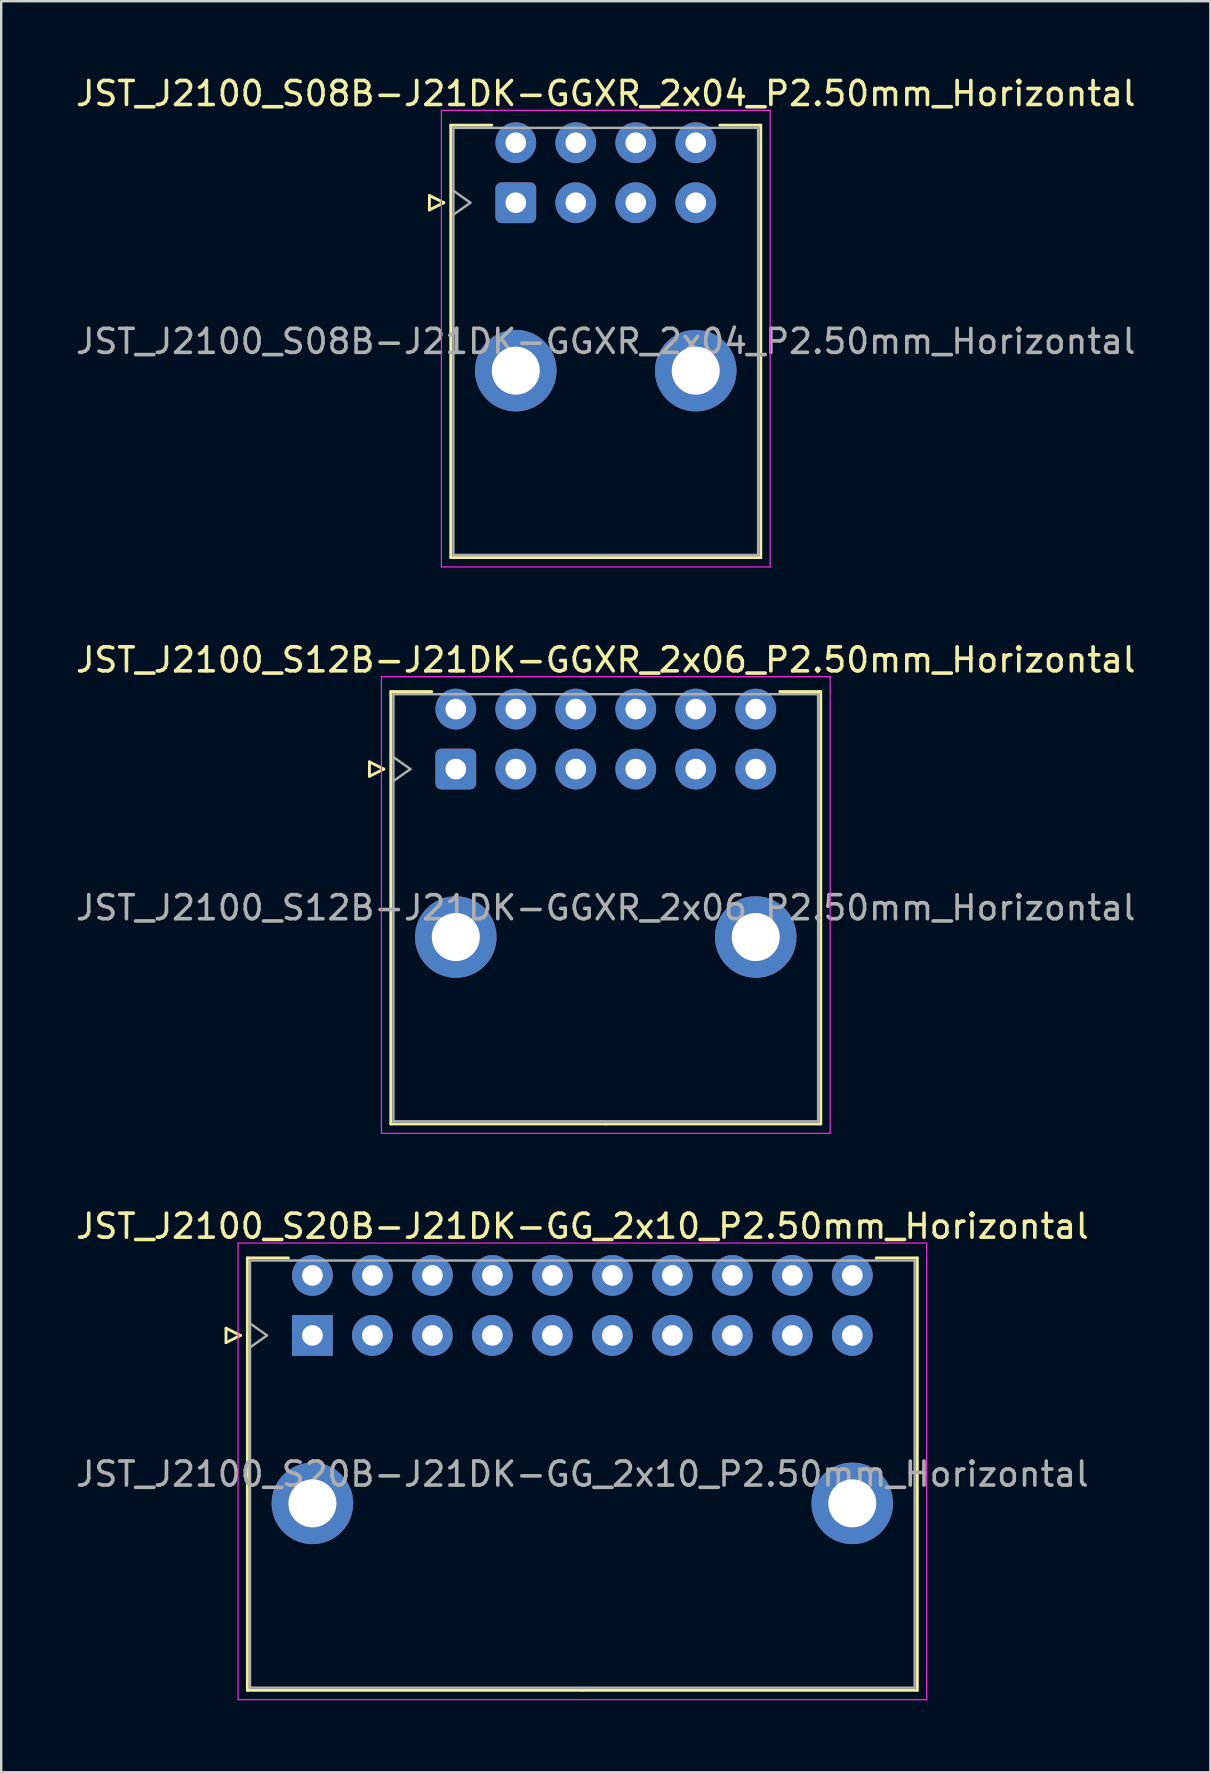
<source format=kicad_pcb>
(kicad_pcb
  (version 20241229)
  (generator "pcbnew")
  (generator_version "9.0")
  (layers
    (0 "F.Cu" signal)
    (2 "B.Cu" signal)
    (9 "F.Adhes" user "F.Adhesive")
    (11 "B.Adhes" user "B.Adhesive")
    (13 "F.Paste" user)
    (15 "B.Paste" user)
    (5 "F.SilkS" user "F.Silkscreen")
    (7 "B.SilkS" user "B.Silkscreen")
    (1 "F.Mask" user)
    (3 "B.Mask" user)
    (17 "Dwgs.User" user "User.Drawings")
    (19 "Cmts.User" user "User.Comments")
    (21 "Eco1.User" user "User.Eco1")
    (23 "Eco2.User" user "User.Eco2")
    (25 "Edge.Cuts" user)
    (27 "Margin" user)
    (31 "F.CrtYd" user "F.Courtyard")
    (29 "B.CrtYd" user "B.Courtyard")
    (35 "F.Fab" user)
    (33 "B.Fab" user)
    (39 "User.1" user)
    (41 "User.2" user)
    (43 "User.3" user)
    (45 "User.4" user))
  (footprint "JST_J2100_S20B-J21DK-GG_2x10_P2.50mm_Horizontal"
    (layer "F.Cu")
    (at 9.97 52.605)
    (property "Reference" "JST_J2100_S20B-J21DK-GG_2x10_P2.50mm_Horizontal" (at 11.25 -4.55 0) (layer "F.SilkS") (effects (font (size 1 1) (thickness 0.15))))
    (attr through_hole)
    (fp_line (start -3.6 -0.3) (end -3 0) (stroke (width 0.12) (type solid)) (layer "F.SilkS"))
    (fp_line (start -3.6 0.3) (end -3.6 -0.3) (stroke (width 0.12) (type solid)) (layer "F.SilkS"))
    (fp_line (start -3 0) (end -3.6 0.3) (stroke (width 0.12) (type solid)) (layer "F.SilkS"))
    (fp_line (start -2.71 -3.23) (end -2.71 14.79) (stroke (width 0.12) (type solid)) (layer "F.SilkS"))
    (fp_line (start -2.71 14.79) (end 11.25 14.79) (stroke (width 0.12) (type solid)) (layer "F.SilkS"))
    (fp_line (start -1 -3.23) (end -2.71 -3.23) (stroke (width 0.12) (type solid)) (layer "F.SilkS"))
    (fp_line (start 23.5 -3.23) (end 25.21 -3.23) (stroke (width 0.12) (type solid)) (layer "F.SilkS"))
    (fp_line (start 25.21 -3.23) (end 25.21 14.79) (stroke (width 0.12) (type solid)) (layer "F.SilkS"))
    (fp_line (start 25.21 14.79) (end 11.25 14.79) (stroke (width 0.12) (type solid)) (layer "F.SilkS"))
    (fp_line (start -3.1 -3.85) (end -3.1 15.18) (stroke (width 0.05) (type solid)) (layer "F.CrtYd"))
    (fp_line (start -3.1 15.18) (end 25.6 15.18) (stroke (width 0.05) (type solid)) (layer "F.CrtYd"))
    (fp_line (start 25.6 -3.85) (end -3.1 -3.85) (stroke (width 0.05) (type solid)) (layer "F.CrtYd"))
    (fp_line (start 25.6 15.18) (end 25.6 -3.85) (stroke (width 0.05) (type solid)) (layer "F.CrtYd"))
    (fp_line (start -2.6 -3.12) (end -2.6 14.68) (stroke (width 0.1) (type solid)) (layer "F.Fab"))
    (fp_line (start -2.6 0.5) (end -1.893 0) (stroke (width 0.1) (type solid)) (layer "F.Fab"))
    (fp_line (start -2.6 14.68) (end 25.1 14.68) (stroke (width 0.1) (type solid)) (layer "F.Fab"))
    (fp_line (start -1.893 0) (end -2.6 -0.5) (stroke (width 0.1) (type solid)) (layer "F.Fab"))
    (fp_line (start 25.1 -3.12) (end -2.6 -3.12) (stroke (width 0.1) (type solid)) (layer "F.Fab"))
    (fp_line (start 25.1 14.68) (end 25.1 -3.12) (stroke (width 0.1) (type solid)) (layer "F.Fab"))
    (fp_text user "${REFERENCE}" (at 11.25 5.78 0) (layer "F.Fab") (effects (font (size 1 1) (thickness 0.15))))
    (pad "" thru_hole circle (at 0 7) (size 3.4 3.4) (drill 2) (layers "*.Cu" "*.Mask"))
    (pad "" thru_hole circle (at 22.5 7) (size 3.4 3.4) (drill 2) (layers "*.Cu" "*.Mask"))
    (pad "a1" thru_hole rect (at 0 0) (size 1.7 1.7) (drill 0.86) (layers "*.Cu" "*.Mask"))
    (pad "a2" thru_hole circle (at 2.5 0) (size 1.7 1.7) (drill 0.86) (layers "*.Cu" "*.Mask"))
    (pad "a3" thru_hole circle (at 5 0) (size 1.7 1.7) (drill 0.86) (layers "*.Cu" "*.Mask"))
    (pad "a4" thru_hole circle (at 7.5 0) (size 1.7 1.7) (drill 0.86) (layers "*.Cu" "*.Mask"))
    (pad "a5" thru_hole circle (at 10 0) (size 1.7 1.7) (drill 0.86) (layers "*.Cu" "*.Mask"))
    (pad "a6" thru_hole circle (at 12.5 0) (size 1.7 1.7) (drill 0.86) (layers "*.Cu" "*.Mask"))
    (pad "a7" thru_hole circle (at 15 0) (size 1.7 1.7) (drill 0.86) (layers "*.Cu" "*.Mask"))
    (pad "a8" thru_hole circle (at 17.5 0) (size 1.7 1.7) (drill 0.86) (layers "*.Cu" "*.Mask"))
    (pad "a9" thru_hole circle (at 20 0) (size 1.7 1.7) (drill 0.86) (layers "*.Cu" "*.Mask"))
    (pad "a10" thru_hole circle (at 22.5 0) (size 1.7 1.7) (drill 0.86) (layers "*.Cu" "*.Mask"))
    (pad "b1" thru_hole circle (at 0 -2.5) (size 1.7 1.7) (drill 0.86) (layers "*.Cu" "*.Mask"))
    (pad "b2" thru_hole circle (at 2.5 -2.5) (size 1.7 1.7) (drill 0.86) (layers "*.Cu" "*.Mask"))
    (pad "b3" thru_hole circle (at 5 -2.5) (size 1.7 1.7) (drill 0.86) (layers "*.Cu" "*.Mask"))
    (pad "b4" thru_hole circle (at 7.5 -2.5) (size 1.7 1.7) (drill 0.86) (layers "*.Cu" "*.Mask"))
    (pad "b5" thru_hole circle (at 10 -2.5) (size 1.7 1.7) (drill 0.86) (layers "*.Cu" "*.Mask"))
    (pad "b6" thru_hole circle (at 12.5 -2.5) (size 1.7 1.7) (drill 0.86) (layers "*.Cu" "*.Mask"))
    (pad "b7" thru_hole circle (at 15 -2.5) (size 1.7 1.7) (drill 0.86) (layers "*.Cu" "*.Mask"))
    (pad "b8" thru_hole circle (at 17.5 -2.5) (size 1.7 1.7) (drill 0.86) (layers "*.Cu" "*.Mask"))
    (pad "b9" thru_hole circle (at 20 -2.5) (size 1.7 1.7) (drill 0.86) (layers "*.Cu" "*.Mask"))
    (pad "b10" thru_hole circle (at 22.5 -2.5) (size 1.7 1.7) (drill 0.86) (layers "*.Cu" "*.Mask")))
  (footprint "JST_J2100_S12B-J21DK-GGXR_2x06_P2.50mm_Horizontal"
    (layer "F.Cu")
    (at 15.946 29.002)
    (property "Reference" "JST_J2100_S12B-J21DK-GGXR_2x06_P2.50mm_Horizontal" (at 6.25 -4.55 0) (layer "F.SilkS") (effects (font (size 1 1) (thickness 0.15))))
    (attr through_hole)
    (fp_line (start -3.6 -0.3) (end -3 0) (stroke (width 0.12) (type solid)) (layer "F.SilkS"))
    (fp_line (start -3.6 0.3) (end -3.6 -0.3) (stroke (width 0.12) (type solid)) (layer "F.SilkS"))
    (fp_line (start -3 0) (end -3.6 0.3) (stroke (width 0.12) (type solid)) (layer "F.SilkS"))
    (fp_line (start -2.71 -3.23) (end -2.71 14.79) (stroke (width 0.12) (type solid)) (layer "F.SilkS"))
    (fp_line (start -2.71 14.79) (end 6.25 14.79) (stroke (width 0.12) (type solid)) (layer "F.SilkS"))
    (fp_line (start -1 -3.23) (end -2.71 -3.23) (stroke (width 0.12) (type solid)) (layer "F.SilkS"))
    (fp_line (start 13.5 -3.23) (end 15.21 -3.23) (stroke (width 0.12) (type solid)) (layer "F.SilkS"))
    (fp_line (start 15.21 -3.23) (end 15.21 14.79) (stroke (width 0.12) (type solid)) (layer "F.SilkS"))
    (fp_line (start 15.21 14.79) (end 6.25 14.79) (stroke (width 0.12) (type solid)) (layer "F.SilkS"))
    (fp_line (start -3.1 -3.85) (end -3.1 15.18) (stroke (width 0.05) (type solid)) (layer "F.CrtYd"))
    (fp_line (start -3.1 15.18) (end 15.6 15.18) (stroke (width 0.05) (type solid)) (layer "F.CrtYd"))
    (fp_line (start 15.6 -3.85) (end -3.1 -3.85) (stroke (width 0.05) (type solid)) (layer "F.CrtYd"))
    (fp_line (start 15.6 15.18) (end 15.6 -3.85) (stroke (width 0.05) (type solid)) (layer "F.CrtYd"))
    (fp_line (start -2.6 -3.12) (end -2.6 14.68) (stroke (width 0.1) (type solid)) (layer "F.Fab"))
    (fp_line (start -2.6 0.5) (end -1.893 0) (stroke (width 0.1) (type solid)) (layer "F.Fab"))
    (fp_line (start -2.6 14.68) (end 15.1 14.68) (stroke (width 0.1) (type solid)) (layer "F.Fab"))
    (fp_line (start -1.893 0) (end -2.6 -0.5) (stroke (width 0.1) (type solid)) (layer "F.Fab"))
    (fp_line (start 15.1 -3.12) (end -2.6 -3.12) (stroke (width 0.1) (type solid)) (layer "F.Fab"))
    (fp_line (start 15.1 14.68) (end 15.1 -3.12) (stroke (width 0.1) (type solid)) (layer "F.Fab"))
    (fp_text user "${REFERENCE}" (at 6.25 5.78 0) (layer "F.Fab") (effects (font (size 1 1) (thickness 0.15))))
    (pad "" thru_hole circle (at 0 7) (size 3.4 3.4) (drill 2) (layers "*.Cu" "*.Mask"))
    (pad "" thru_hole circle (at 12.5 7) (size 3.4 3.4) (drill 2) (layers "*.Cu" "*.Mask"))
    (pad "1" thru_hole roundrect (at 0 0) (size 1.7 1.7) (drill 0.86) (layers "*.Cu" "*.Mask") (roundrect_rratio 0.147))
    (pad "2" thru_hole circle (at 2.5 0) (size 1.7 1.7) (drill 0.86) (layers "*.Cu" "*.Mask"))
    (pad "3" thru_hole circle (at 5 0) (size 1.7 1.7) (drill 0.86) (layers "*.Cu" "*.Mask"))
    (pad "4" thru_hole circle (at 7.5 0) (size 1.7 1.7) (drill 0.86) (layers "*.Cu" "*.Mask"))
    (pad "5" thru_hole circle (at 10 0) (size 1.7 1.7) (drill 0.86) (layers "*.Cu" "*.Mask"))
    (pad "6" thru_hole circle (at 12.5 0) (size 1.7 1.7) (drill 0.86) (layers "*.Cu" "*.Mask"))
    (pad "7" thru_hole circle (at 0 -2.5) (size 1.7 1.7) (drill 0.86) (layers "*.Cu" "*.Mask"))
    (pad "8" thru_hole circle (at 2.5 -2.5) (size 1.7 1.7) (drill 0.86) (layers "*.Cu" "*.Mask"))
    (pad "9" thru_hole circle (at 5 -2.5) (size 1.7 1.7) (drill 0.86) (layers "*.Cu" "*.Mask"))
    (pad "10" thru_hole circle (at 7.5 -2.5) (size 1.7 1.7) (drill 0.86) (layers "*.Cu" "*.Mask"))
    (pad "11" thru_hole circle (at 10 -2.5) (size 1.7 1.7) (drill 0.86) (layers "*.Cu" "*.Mask"))
    (pad "12" thru_hole circle (at 12.5 -2.5) (size 1.7 1.7) (drill 0.86) (layers "*.Cu" "*.Mask")))
  (footprint "JST_J2100_S08B-J21DK-GGXR_2x04_P2.50mm_Horizontal"
    (layer "F.Cu")
    (at 18.446 5.398)
    (property "Reference" "JST_J2100_S08B-J21DK-GGXR_2x04_P2.50mm_Horizontal" (at 3.75 -4.55 0) (layer "F.SilkS") (effects (font (size 1 1) (thickness 0.15))))
    (attr through_hole)
    (fp_line (start -3.6 -0.3) (end -3 0) (stroke (width 0.12) (type solid)) (layer "F.SilkS"))
    (fp_line (start -3.6 0.3) (end -3.6 -0.3) (stroke (width 0.12) (type solid)) (layer "F.SilkS"))
    (fp_line (start -3 0) (end -3.6 0.3) (stroke (width 0.12) (type solid)) (layer "F.SilkS"))
    (fp_line (start -2.71 -3.23) (end -2.71 14.79) (stroke (width 0.12) (type solid)) (layer "F.SilkS"))
    (fp_line (start -2.71 14.79) (end 3.75 14.79) (stroke (width 0.12) (type solid)) (layer "F.SilkS"))
    (fp_line (start -1 -3.23) (end -2.71 -3.23) (stroke (width 0.12) (type solid)) (layer "F.SilkS"))
    (fp_line (start 8.5 -3.23) (end 10.21 -3.23) (stroke (width 0.12) (type solid)) (layer "F.SilkS"))
    (fp_line (start 10.21 -3.23) (end 10.21 14.79) (stroke (width 0.12) (type solid)) (layer "F.SilkS"))
    (fp_line (start 10.21 14.79) (end 3.75 14.79) (stroke (width 0.12) (type solid)) (layer "F.SilkS"))
    (fp_line (start -3.1 -3.85) (end -3.1 15.18) (stroke (width 0.05) (type solid)) (layer "F.CrtYd"))
    (fp_line (start -3.1 15.18) (end 10.6 15.18) (stroke (width 0.05) (type solid)) (layer "F.CrtYd"))
    (fp_line (start 10.6 -3.85) (end -3.1 -3.85) (stroke (width 0.05) (type solid)) (layer "F.CrtYd"))
    (fp_line (start 10.6 15.18) (end 10.6 -3.85) (stroke (width 0.05) (type solid)) (layer "F.CrtYd"))
    (fp_line (start -2.6 -3.12) (end -2.6 14.68) (stroke (width 0.1) (type solid)) (layer "F.Fab"))
    (fp_line (start -2.6 0.5) (end -1.893 0) (stroke (width 0.1) (type solid)) (layer "F.Fab"))
    (fp_line (start -2.6 14.68) (end 10.1 14.68) (stroke (width 0.1) (type solid)) (layer "F.Fab"))
    (fp_line (start -1.893 0) (end -2.6 -0.5) (stroke (width 0.1) (type solid)) (layer "F.Fab"))
    (fp_line (start 10.1 -3.12) (end -2.6 -3.12) (stroke (width 0.1) (type solid)) (layer "F.Fab"))
    (fp_line (start 10.1 14.68) (end 10.1 -3.12) (stroke (width 0.1) (type solid)) (layer "F.Fab"))
    (fp_text user "${REFERENCE}" (at 3.75 5.78 0) (layer "F.Fab") (effects (font (size 1 1) (thickness 0.15))))
    (pad "" thru_hole circle (at 0 7) (size 3.4 3.4) (drill 2) (layers "*.Cu" "*.Mask"))
    (pad "" thru_hole circle (at 7.5 7) (size 3.4 3.4) (drill 2) (layers "*.Cu" "*.Mask"))
    (pad "1" thru_hole roundrect (at 0 0) (size 1.7 1.7) (drill 0.86) (layers "*.Cu" "*.Mask") (roundrect_rratio 0.147))
    (pad "2" thru_hole circle (at 2.5 0) (size 1.7 1.7) (drill 0.86) (layers "*.Cu" "*.Mask"))
    (pad "3" thru_hole circle (at 5 0) (size 1.7 1.7) (drill 0.86) (layers "*.Cu" "*.Mask"))
    (pad "4" thru_hole circle (at 7.5 0) (size 1.7 1.7) (drill 0.86) (layers "*.Cu" "*.Mask"))
    (pad "5" thru_hole circle (at 0 -2.5) (size 1.7 1.7) (drill 0.86) (layers "*.Cu" "*.Mask"))
    (pad "6" thru_hole circle (at 2.5 -2.5) (size 1.7 1.7) (drill 0.86) (layers "*.Cu" "*.Mask"))
    (pad "7" thru_hole circle (at 5 -2.5) (size 1.7 1.7) (drill 0.86) (layers "*.Cu" "*.Mask"))
    (pad "8" thru_hole circle (at 7.5 -2.5) (size 1.7 1.7) (drill 0.86) (layers "*.Cu" "*.Mask")))
  (gr_rect
    (start -3 -3)
    (end 47.393 70.81)
    (stroke (width 0.1) (type default))
    (fill no)
    (layer "Edge.Cuts")))
</source>
